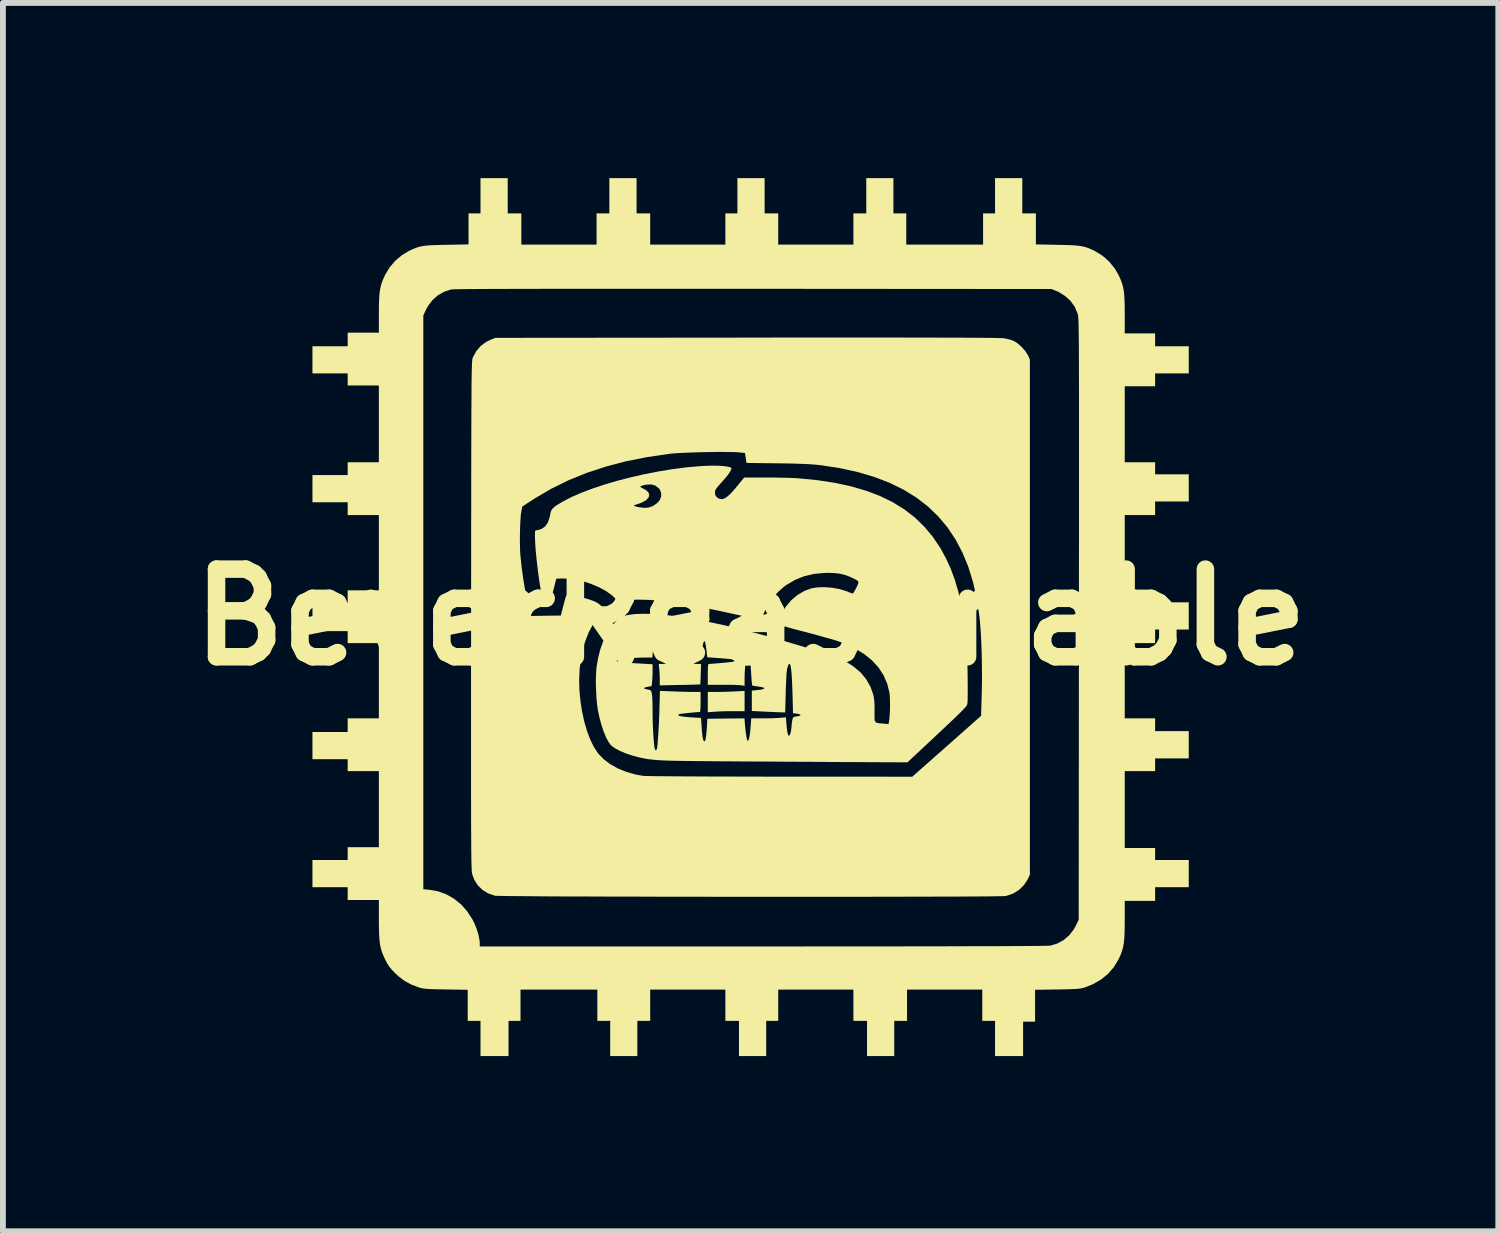
<source format=kicad_pcb>
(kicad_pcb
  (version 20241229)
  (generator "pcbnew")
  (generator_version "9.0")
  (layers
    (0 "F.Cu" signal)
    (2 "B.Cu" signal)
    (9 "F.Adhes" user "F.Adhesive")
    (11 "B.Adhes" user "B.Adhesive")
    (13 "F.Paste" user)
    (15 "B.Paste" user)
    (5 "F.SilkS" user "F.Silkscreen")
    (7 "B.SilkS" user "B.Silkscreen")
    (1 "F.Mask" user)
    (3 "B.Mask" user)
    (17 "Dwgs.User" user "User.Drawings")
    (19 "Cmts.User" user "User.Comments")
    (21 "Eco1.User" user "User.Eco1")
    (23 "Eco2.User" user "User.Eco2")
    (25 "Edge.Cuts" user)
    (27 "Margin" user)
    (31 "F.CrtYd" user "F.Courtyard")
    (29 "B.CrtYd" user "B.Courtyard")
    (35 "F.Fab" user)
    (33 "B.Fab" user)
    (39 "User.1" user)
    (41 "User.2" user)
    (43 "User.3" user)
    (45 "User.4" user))
  (footprint "BeverReasonable"
    (layer "F.Cu")
    (at 9.8 7.515)
    (property "Reference" "BeverReasonable" (at 0 0 0) (layer "F.SilkS") (effects (font (size 1.5 1.5) (thickness 0.3))))
    (attr board_only exclude_from_pos_files exclude_from_bom)
    (fp_poly (pts (xy -0.103 1.436) (xy -0.103 1.61) (xy -0.292 1.61) (xy -0.376 1.61) (xy -0.464 1.612) (xy -0.544 1.615) (xy -0.608 1.619) (xy -0.733 1.628) (xy -0.733 1.454) (xy -0.733 1.281) (xy -0.593 1.281) (xy -0.519 1.28) (xy -0.431 1.278) (xy -0.341 1.275) (xy -0.277 1.272) (xy -0.103 1.263)) (stroke (width 0) (type solid)) (fill yes) (layer "F.SilkS"))
    (fp_poly (pts (xy -0.854 0.976) (xy -0.856 1.042) (xy -0.858 1.097) (xy -0.86 1.135) (xy -0.861 1.152) (xy -0.861 1.152) (xy -0.875 1.153) (xy -0.912 1.154) (xy -0.97 1.156) (xy -1.043 1.158) (xy -1.13 1.16) (xy -1.209 1.161) (xy -1.555 1.168) (xy -1.555 1.069) (xy -1.556 1.003) (xy -1.56 0.934) (xy -1.564 0.886) (xy -1.573 0.801) (xy -1.21 0.801) (xy -0.848 0.801)) (stroke (width 0) (type solid)) (fill yes) (layer "F.SilkS"))
    (fp_poly (pts (xy 1.982 -4.786) (xy 2.314 -4.786) (xy 2.619 -4.786) (xy 2.899 -4.785) (xy 3.153 -4.785) (xy 3.382 -4.784) (xy 3.585 -4.784) (xy 3.764 -4.783) (xy 3.918 -4.782) (xy 4.047 -4.781) (xy 4.152 -4.78) (xy 4.232 -4.778) (xy 4.289 -4.777) (xy 4.323 -4.776) (xy 4.329 -4.775) (xy 4.399 -4.762) (xy 4.466 -4.743) (xy 4.509 -4.726) (xy 4.572 -4.686) (xy 4.637 -4.628) (xy 4.697 -4.562) (xy 4.742 -4.495) (xy 4.751 -4.477) (xy 4.781 -4.411) (xy 4.781 0) (xy 4.781 4.411) (xy 4.744 4.488) (xy 4.681 4.586) (xy 4.598 4.667) (xy 4.499 4.73) (xy 4.389 4.769) (xy 4.365 4.774) (xy 4.344 4.776) (xy 4.296 4.777) (xy 4.224 4.778) (xy 4.128 4.78) (xy 4.009 4.781) (xy 3.87 4.782) (xy 3.711 4.783) (xy 3.534 4.784) (xy 3.34 4.785) (xy 3.129 4.785) (xy 2.905 4.786) (xy 2.666 4.786) (xy 2.416 4.787) (xy 2.155 4.787) (xy 1.884 4.788) (xy 1.606 4.788) (xy 1.32 4.788) (xy 1.028 4.788) (xy 0.733 4.788) (xy 0.434 4.788) (xy 0.133 4.788) (xy -0.169 4.788) (xy -0.469 4.788) (xy -0.768 4.787) (xy -1.064 4.787) (xy -1.355 4.787) (xy -1.64 4.786) (xy -1.918 4.785) (xy -2.188 4.785) (xy -2.448 4.784) (xy -2.698 4.783) (xy -2.935 4.782) (xy -3.159 4.782) (xy -3.368 4.781) (xy -3.561 4.78) (xy -3.737 4.778) (xy -3.894 4.777) (xy -4.031 4.776) (xy -4.148 4.775) (xy -4.242 4.773) (xy -4.312 4.772) (xy -4.358 4.771) (xy -4.377 4.769) (xy -4.491 4.731) (xy -4.589 4.671) (xy -4.67 4.592) (xy -4.731 4.495) (xy -4.767 4.397) (xy -4.769 4.387) (xy -4.771 4.373) (xy -4.773 4.354) (xy -4.774 4.329) (xy -4.776 4.297) (xy -4.777 4.258) (xy -4.779 4.21) (xy -4.78 4.153) (xy -4.781 4.085) (xy -4.782 4.006) (xy -4.783 3.915) (xy -4.783 3.812) (xy -4.784 3.694) (xy -4.785 3.561) (xy -4.785 3.413) (xy -4.785 3.249) (xy -4.786 3.067) (xy -4.786 2.867) (xy -4.786 2.647) (xy -4.786 2.408) (xy -4.786 2.147) (xy -4.786 1.865) (xy -4.786 1.56) (xy -4.786 1.232) (xy -4.786 0.879) (xy -4.785 0.5) (xy -4.785 0.096) (xy -4.785 -0.035) (xy -4.785 -0.444) (xy -4.784 -0.827) (xy -4.784 -1.185) (xy -4.784 -1.352) (xy -3.95 -1.352) (xy -3.949 -1.243) (xy -3.946 -1.141) (xy -3.941 -1.054) (xy -3.94 -1.047) (xy -3.92 -0.854) (xy -3.893 -0.658) (xy -3.861 -0.467) (xy -3.825 -0.287) (xy -3.786 -0.128) (xy -3.785 -0.126) (xy -3.756 -0.02) (xy -3.503 -0.024) (xy -3.249 -0.027) (xy -3.206 -0.195) (xy -3.189 -0.259) (xy -3.174 -0.313) (xy -3.162 -0.352) (xy -3.155 -0.37) (xy -3.155 -0.371) (xy -3.136 -0.374) (xy -3.096 -0.372) (xy -3.042 -0.366) (xy -2.978 -0.355) (xy -2.912 -0.342) (xy -2.848 -0.327) (xy -2.797 -0.313) (xy -2.722 -0.288) (xy -2.667 -0.267) (xy -2.624 -0.244) (xy -2.586 -0.217) (xy -2.555 -0.19) (xy -2.502 -0.142) (xy -2.582 -0.044) (xy -2.688 0.104) (xy -2.774 0.264) (xy -2.841 0.441) (xy -2.89 0.634) (xy -2.922 0.847) (xy -2.928 0.908) (xy -2.935 1.08) (xy -2.93 1.258) (xy -2.913 1.438) (xy -2.885 1.616) (xy -2.848 1.787) (xy -2.801 1.948) (xy -2.746 2.094) (xy -2.684 2.222) (xy -2.615 2.327) (xy -2.61 2.334) (xy -2.518 2.43) (xy -2.404 2.517) (xy -2.271 2.591) (xy -2.124 2.651) (xy -1.966 2.695) (xy -1.836 2.718) (xy -1.812 2.719) (xy -1.762 2.72) (xy -1.687 2.722) (xy -1.59 2.723) (xy -1.471 2.724) (xy -1.333 2.725) (xy -1.176 2.726) (xy -1.003 2.727) (xy -0.814 2.728) (xy -0.611 2.729) (xy -0.396 2.729) (xy -0.171 2.73) (xy 0.064 2.73) (xy 0.307 2.731) (xy 0.514 2.731) (xy 2.767 2.732) (xy 3.357 2.211) (xy 3.946 1.689) (xy 3.957 1.304) (xy 3.961 1.131) (xy 3.961 0.95) (xy 3.959 0.765) (xy 3.955 0.581) (xy 3.948 0.404) (xy 3.939 0.239) (xy 3.928 0.092) (xy 3.918 -0.007) (xy 3.873 -0.311) (xy 3.809 -0.595) (xy 3.728 -0.859) (xy 3.627 -1.104) (xy 3.508 -1.33) (xy 3.37 -1.537) (xy 3.212 -1.725) (xy 3.034 -1.896) (xy 2.836 -2.048) (xy 2.617 -2.183) (xy 2.378 -2.3) (xy 2.117 -2.4) (xy 1.836 -2.483) (xy 1.532 -2.55) (xy 1.207 -2.6) (xy 1.171 -2.604) (xy 1.092 -2.612) (xy 0.992 -2.619) (xy 0.87 -2.624) (xy 0.723 -2.629) (xy 0.552 -2.632) (xy 0.458 -2.633) (xy -0.071 -2.64) (xy -0.083 -2.724) (xy -0.096 -2.809) (xy -0.192 -2.82) (xy -0.244 -2.824) (xy -0.319 -2.826) (xy -0.413 -2.827) (xy -0.521 -2.828) (xy -0.639 -2.827) (xy -0.763 -2.825) (xy -0.888 -2.822) (xy -1.011 -2.818) (xy -1.126 -2.814) (xy -1.229 -2.809) (xy -1.316 -2.803) (xy -1.383 -2.797) (xy -1.391 -2.796) (xy -1.776 -2.739) (xy -2.141 -2.666) (xy -2.486 -2.575) (xy -2.813 -2.467) (xy -3.122 -2.341) (xy -3.416 -2.196) (xy -3.694 -2.033) (xy -3.763 -1.989) (xy -3.909 -1.892) (xy -3.925 -1.809) (xy -3.934 -1.749) (xy -3.94 -1.667) (xy -3.945 -1.57) (xy -3.948 -1.463) (xy -3.95 -1.352) (xy -4.784 -1.352) (xy -4.784 -1.517) (xy -4.783 -1.826) (xy -4.783 -2.112) (xy -4.783 -2.376) (xy -4.782 -2.619) (xy -4.782 -2.841) (xy -4.781 -3.045) (xy -4.781 -3.229) (xy -4.78 -3.397) (xy -4.78 -3.548) (xy -4.779 -3.683) (xy -4.778 -3.803) (xy -4.778 -3.91) (xy -4.777 -4.003) (xy -4.776 -4.084) (xy -4.775 -4.155) (xy -4.774 -4.214) (xy -4.772 -4.265) (xy -4.771 -4.307) (xy -4.77 -4.341) (xy -4.768 -4.369) (xy -4.766 -4.391) (xy -4.764 -4.408) (xy -4.762 -4.421) (xy -4.76 -4.431) (xy -4.758 -4.438) (xy -4.755 -4.445) (xy -4.755 -4.446) (xy -4.695 -4.556) (xy -4.618 -4.645) (xy -4.521 -4.715) (xy -4.448 -4.75) (xy -4.37 -4.781) (xy -0.075 -4.785) (xy 0.39 -4.786) (xy 0.828 -4.786) (xy 1.24 -4.786) (xy 1.624 -4.786)) (stroke (width 0) (type solid)) (fill yes) (layer "F.SilkS"))
    (fp_poly (pts (xy -4.158 -7.213) (xy -4.158 -6.912) (xy -4.042 -6.912) (xy -3.925 -6.912) (xy -3.925 -6.645) (xy -3.925 -6.377) (xy -3.281 -6.377) (xy -2.637 -6.377) (xy -2.637 -6.645) (xy -2.637 -6.912) (xy -2.528 -6.912) (xy -2.418 -6.912) (xy -2.418 -7.213) (xy -2.418 -7.515) (xy -2.185 -7.515) (xy -1.952 -7.515) (xy -1.952 -7.213) (xy -1.952 -6.912) (xy -1.836 -6.912) (xy -1.719 -6.912) (xy -1.719 -6.645) (xy -1.719 -6.377) (xy -1.075 -6.377) (xy -0.432 -6.377) (xy -0.432 -6.645) (xy -0.432 -6.912) (xy -0.329 -6.912) (xy -0.226 -6.912) (xy -0.226 -7.213) (xy -0.226 -7.515) (xy 0.007 -7.515) (xy 0.24 -7.515) (xy 0.24 -7.213) (xy 0.24 -6.912) (xy 0.356 -6.912) (xy 0.473 -6.912) (xy 0.473 -6.645) (xy 0.473 -6.377) (xy 1.117 -6.377) (xy 1.76 -6.377) (xy 1.76 -6.645) (xy 1.76 -6.912) (xy 1.87 -6.912) (xy 1.98 -6.912) (xy 1.98 -7.213) (xy 1.98 -7.515) (xy 2.213 -7.515) (xy 2.445 -7.515) (xy 2.445 -7.213) (xy 2.445 -6.912) (xy 2.555 -6.912) (xy 2.665 -6.912) (xy 2.665 -6.645) (xy 2.665 -6.377) (xy 3.322 -6.377) (xy 3.98 -6.377) (xy 3.98 -6.645) (xy 3.98 -6.912) (xy 4.083 -6.912) (xy 4.185 -6.912) (xy 4.185 -7.213) (xy 4.185 -7.515) (xy 4.418 -7.515) (xy 4.651 -7.515) (xy 4.651 -7.213) (xy 4.651 -6.912) (xy 4.768 -6.912) (xy 4.884 -6.912) (xy 4.884 -6.646) (xy 4.884 -6.381) (xy 5.251 -6.374) (xy 5.376 -6.371) (xy 5.477 -6.368) (xy 5.56 -6.363) (xy 5.628 -6.356) (xy 5.686 -6.346) (xy 5.738 -6.333) (xy 5.787 -6.316) (xy 5.839 -6.293) (xy 5.898 -6.265) (xy 6.025 -6.187) (xy 6.138 -6.087) (xy 6.234 -5.97) (xy 6.3 -5.856) (xy 6.33 -5.79) (xy 6.354 -5.729) (xy 6.372 -5.668) (xy 6.386 -5.603) (xy 6.395 -5.529) (xy 6.401 -5.442) (xy 6.404 -5.337) (xy 6.405 -5.21) (xy 6.405 -5.186) (xy 6.405 -4.857) (xy 6.665 -4.857) (xy 6.925 -4.857) (xy 6.925 -4.747) (xy 6.925 -4.637) (xy 7.213 -4.637) (xy 7.501 -4.637) (xy 7.501 -4.405) (xy 7.501 -4.172) (xy 7.213 -4.172) (xy 6.925 -4.172) (xy 6.925 -4.062) (xy 6.925 -3.952) (xy 6.665 -3.952) (xy 6.405 -3.952) (xy 6.405 -3.302) (xy 6.405 -2.651) (xy 6.665 -2.651) (xy 6.925 -2.651) (xy 6.925 -2.548) (xy 6.925 -2.445) (xy 7.213 -2.445) (xy 7.501 -2.445) (xy 7.501 -2.213) (xy 7.501 -1.98) (xy 7.213 -1.98) (xy 6.925 -1.98) (xy 6.925 -1.863) (xy 6.925 -1.747) (xy 6.665 -1.747) (xy 6.405 -1.747) (xy 6.405 -1.103) (xy 6.405 -0.459) (xy 6.665 -0.459) (xy 6.925 -0.459) (xy 6.925 -0.356) (xy 6.925 -0.253) (xy 7.213 -0.253) (xy 7.501 -0.253) (xy 7.501 -0.021) (xy 7.501 0.212) (xy 7.213 0.212) (xy 6.925 0.212) (xy 6.925 0.329) (xy 6.925 0.445) (xy 6.665 0.445) (xy 6.405 0.445) (xy 6.405 1.089) (xy 6.405 1.733) (xy 6.665 1.733) (xy 6.925 1.733) (xy 6.925 1.843) (xy 6.925 1.952) (xy 7.213 1.952) (xy 7.501 1.952) (xy 7.501 2.185) (xy 7.501 2.418) (xy 7.213 2.418) (xy 6.925 2.418) (xy 6.925 2.528) (xy 6.925 2.637) (xy 6.665 2.637) (xy 6.405 2.637) (xy 6.405 3.295) (xy 6.405 3.952) (xy 6.665 3.952) (xy 6.925 3.952) (xy 6.925 4.055) (xy 6.925 4.158) (xy 7.213 4.158) (xy 7.501 4.158) (xy 7.501 4.391) (xy 7.501 4.624) (xy 7.213 4.624) (xy 6.925 4.624) (xy 6.925 4.74) (xy 6.925 4.857) (xy 6.665 4.857) (xy 6.405 4.857) (xy 6.405 5.186) (xy 6.404 5.317) (xy 6.401 5.426) (xy 6.396 5.516) (xy 6.388 5.591) (xy 6.375 5.657) (xy 6.358 5.718) (xy 6.336 5.778) (xy 6.307 5.841) (xy 6.3 5.856) (xy 6.219 5.991) (xy 6.118 6.108) (xy 5.997 6.206) (xy 5.857 6.286) (xy 5.727 6.337) (xy 5.696 6.346) (xy 5.666 6.354) (xy 5.632 6.359) (xy 5.591 6.364) (xy 5.538 6.367) (xy 5.471 6.37) (xy 5.384 6.372) (xy 5.275 6.374) (xy 5.251 6.374) (xy 4.87 6.38) (xy 4.87 6.653) (xy 4.87 6.925) (xy 4.768 6.925) (xy 4.665 6.925) (xy 4.665 7.22) (xy 4.665 7.515) (xy 4.425 7.515) (xy 4.185 7.515) (xy 4.185 7.213) (xy 4.185 6.912) (xy 4.076 6.912) (xy 3.966 6.912) (xy 3.966 6.645) (xy 3.966 6.377) (xy 3.322 6.377) (xy 2.678 6.377) (xy 2.678 6.645) (xy 2.678 6.912) (xy 2.569 6.912) (xy 2.459 6.912) (xy 2.459 7.213) (xy 2.459 7.515) (xy 2.226 7.515) (xy 1.993 7.515) (xy 1.993 7.213) (xy 1.993 6.912) (xy 1.877 6.912) (xy 1.76 6.912) (xy 1.76 6.645) (xy 1.76 6.377) (xy 1.117 6.377) (xy 0.473 6.377) (xy 0.473 6.645) (xy 0.473 6.912) (xy 0.37 6.912) (xy 0.267 6.912) (xy 0.267 7.213) (xy 0.267 7.515) (xy 0.034 7.515) (xy -0.199 7.515) (xy -0.199 7.213) (xy -0.199 6.912) (xy -0.315 6.912) (xy -0.432 6.912) (xy -0.432 6.645) (xy -0.432 6.377) (xy -1.075 6.377) (xy -1.719 6.377) (xy -1.719 6.645) (xy -1.719 6.912) (xy -1.829 6.912) (xy -1.939 6.912) (xy -1.939 7.213) (xy -1.939 7.515) (xy -2.171 7.515) (xy -2.404 7.515) (xy -2.404 7.213) (xy -2.404 6.912) (xy -2.514 6.912) (xy -2.624 6.912) (xy -2.624 6.645) (xy -2.624 6.377) (xy -3.281 6.377) (xy -3.939 6.377) (xy -3.939 6.645) (xy -3.939 6.912) (xy -4.042 6.912) (xy -4.144 6.912) (xy -4.144 7.213) (xy -4.144 7.515) (xy -4.384 7.515) (xy -4.624 7.515) (xy -4.624 7.213) (xy -4.624 6.912) (xy -4.733 6.912) (xy -4.843 6.912) (xy -4.843 6.646) (xy -4.843 6.38) (xy -5.216 6.374) (xy -5.329 6.372) (xy -5.419 6.37) (xy -5.489 6.368) (xy -5.544 6.364) (xy -5.586 6.36) (xy -5.621 6.354) (xy -5.652 6.347) (xy -5.683 6.338) (xy -5.686 6.337) (xy -5.814 6.288) (xy -5.925 6.227) (xy -6.027 6.15) (xy -6.085 6.096) (xy -6.141 6.037) (xy -6.183 5.987) (xy -6.218 5.934) (xy -6.251 5.871) (xy -6.259 5.856) (xy -6.288 5.791) (xy -6.312 5.731) (xy -6.33 5.67) (xy -6.344 5.606) (xy -6.353 5.533) (xy -6.359 5.447) (xy -6.362 5.344) (xy -6.364 5.219) (xy -6.364 5.179) (xy -6.364 4.843) (xy -6.631 4.843) (xy -6.898 4.843) (xy -6.898 4.733) (xy -6.898 4.624) (xy -7.199 4.624) (xy -7.501 4.624) (xy -7.501 4.391) (xy -7.501 4.158) (xy -7.199 4.158) (xy -6.898 4.158) (xy -6.898 4.048) (xy -6.898 3.939) (xy -6.631 3.939) (xy -6.364 3.939) (xy -6.364 3.288) (xy -6.364 2.637) (xy -6.631 2.637) (xy -6.898 2.637) (xy -6.898 2.535) (xy -6.898 2.432) (xy -7.199 2.432) (xy -7.501 2.432) (xy -7.501 2.199) (xy -7.501 1.966) (xy -7.199 1.966) (xy -6.898 1.966) (xy -6.898 1.85) (xy -6.898 1.733) (xy -6.631 1.733) (xy -6.364 1.733) (xy -6.364 1.089) (xy -6.364 0.445) (xy -6.631 0.445) (xy -6.898 0.445) (xy -6.898 0.343) (xy -6.898 0.24) (xy -7.199 0.24) (xy -7.501 0.24) (xy -7.501 0) (xy -7.501 -0.24) (xy -7.199 -0.24) (xy -6.898 -0.24) (xy -6.898 -0.349) (xy -6.898 -0.459) (xy -6.631 -0.459) (xy -6.364 -0.459) (xy -6.364 -1.103) (xy -6.364 -1.747) (xy -6.631 -1.747) (xy -6.898 -1.747) (xy -6.898 -1.856) (xy -6.898 -1.966) (xy -7.199 -1.966) (xy -7.501 -1.966) (xy -7.501 -2.199) (xy -7.501 -2.432) (xy -7.199 -2.432) (xy -6.898 -2.432) (xy -6.898 -2.541) (xy -6.898 -2.651) (xy -6.631 -2.651) (xy -6.364 -2.651) (xy -6.364 -3.309) (xy -6.364 -3.966) (xy -6.631 -3.966) (xy -6.898 -3.966) (xy -6.898 -4.069) (xy -6.898 -4.172) (xy -7.199 -4.172) (xy -7.501 -4.172) (xy -7.501 -4.405) (xy -7.501 -4.637) (xy -7.199 -4.637) (xy -6.898 -4.637) (xy -6.898 -4.754) (xy -6.898 -4.87) (xy -6.631 -4.87) (xy -6.364 -4.87) (xy -6.364 -5.165) (xy -5.603 -5.165) (xy -5.603 -0.253) (xy -5.603 4.658) (xy -5.498 4.668) (xy -5.348 4.695) (xy -5.206 4.747) (xy -5.075 4.822) (xy -4.955 4.92) (xy -4.851 5.038) (xy -4.763 5.174) (xy -4.733 5.233) (xy -4.691 5.334) (xy -4.66 5.433) (xy -4.642 5.523) (xy -4.637 5.58) (xy -4.637 5.638) (xy 0.21 5.638) (xy 0.704 5.638) (xy 1.172 5.637) (xy 1.614 5.637) (xy 2.031 5.637) (xy 2.422 5.637) (xy 2.788 5.636) (xy 3.127 5.636) (xy 3.44 5.635) (xy 3.727 5.634) (xy 3.988 5.634) (xy 4.222 5.633) (xy 4.43 5.632) (xy 4.611 5.631) (xy 4.766 5.63) (xy 4.893 5.629) (xy 4.994 5.628) (xy 5.067 5.626) (xy 5.114 5.625) (xy 5.132 5.624) (xy 5.25 5.588) (xy 5.359 5.529) (xy 5.453 5.448) (xy 5.531 5.348) (xy 5.568 5.282) (xy 5.617 5.179) (xy 5.621 0.034) (xy 5.621 -0.412) (xy 5.621 -0.832) (xy 5.622 -1.226) (xy 5.622 -1.595) (xy 5.622 -1.94) (xy 5.622 -2.261) (xy 5.622 -2.561) (xy 5.622 -2.838) (xy 5.622 -3.095) (xy 5.622 -3.333) (xy 5.622 -3.55) (xy 5.622 -3.75) (xy 5.622 -3.932) (xy 5.621 -4.098) (xy 5.621 -4.248) (xy 5.621 -4.383) (xy 5.62 -4.504) (xy 5.62 -4.612) (xy 5.619 -4.707) (xy 5.618 -4.79) (xy 5.617 -4.863) (xy 5.616 -4.926) (xy 5.615 -4.98) (xy 5.614 -5.025) (xy 5.613 -5.063) (xy 5.611 -5.094) (xy 5.61 -5.12) (xy 5.608 -5.14) (xy 5.606 -5.157) (xy 5.604 -5.17) (xy 5.602 -5.181) (xy 5.6 -5.19) (xy 5.598 -5.198) (xy 5.596 -5.202) (xy 5.549 -5.313) (xy 5.478 -5.412) (xy 5.387 -5.496) (xy 5.278 -5.564) (xy 5.23 -5.585) (xy 5.151 -5.617) (xy 0.048 -5.621) (xy -0.445 -5.621) (xy -0.91 -5.621) (xy -1.349 -5.621) (xy -1.762 -5.621) (xy -2.148 -5.621) (xy -2.509 -5.621) (xy -2.846 -5.621) (xy -3.157 -5.621) (xy -3.444 -5.621) (xy -3.707 -5.62) (xy -3.946 -5.62) (xy -4.162 -5.619) (xy -4.355 -5.619) (xy -4.526 -5.618) (xy -4.675 -5.617) (xy -4.802 -5.616) (xy -4.907 -5.615) (xy -4.992 -5.614) (xy -5.055 -5.613) (xy -5.099 -5.611) (xy -5.123 -5.61) (xy -5.127 -5.609) (xy -5.245 -5.571) (xy -5.353 -5.51) (xy -5.447 -5.427) (xy -5.523 -5.326) (xy -5.554 -5.269) (xy -5.603 -5.165) (xy -6.364 -5.165) (xy -6.364 -5.193) (xy -6.363 -5.324) (xy -6.36 -5.431) (xy -6.355 -5.521) (xy -6.345 -5.596) (xy -6.332 -5.663) (xy -6.314 -5.725) (xy -6.29 -5.787) (xy -6.26 -5.853) (xy -6.259 -5.856) (xy -6.181 -5.986) (xy -6.083 -6.101) (xy -5.968 -6.198) (xy -5.857 -6.265) (xy -5.799 -6.293) (xy -5.747 -6.315) (xy -5.698 -6.333) (xy -5.647 -6.346) (xy -5.59 -6.356) (xy -5.523 -6.363) (xy -5.441 -6.368) (xy -5.341 -6.371) (xy -5.218 -6.374) (xy -5.203 -6.374) (xy -4.829 -6.381) (xy -4.829 -6.646) (xy -4.829 -6.912) (xy -4.727 -6.912) (xy -4.624 -6.912) (xy -4.624 -7.213) (xy -4.624 -7.515) (xy -4.391 -7.515) (xy -4.158 -7.515)) (stroke (width 0) (type solid)) (fill yes) (layer "F.SilkS"))
    (fp_poly (pts (xy -0.56 -2.592) (xy -0.478 -2.587) (xy -0.409 -2.579) (xy -0.359 -2.569) (xy -0.331 -2.556) (xy -0.33 -2.555) (xy -0.329 -2.535) (xy -0.346 -2.498) (xy -0.379 -2.447) (xy -0.429 -2.385) (xy -0.492 -2.313) (xy -0.499 -2.305) (xy -0.547 -2.252) (xy -0.578 -2.214) (xy -0.597 -2.186) (xy -0.607 -2.162) (xy -0.61 -2.137) (xy -0.61 -2.131) (xy -0.604 -2.088) (xy -0.584 -2.058) (xy -0.574 -2.049) (xy -0.534 -2.026) (xy -0.493 -2.019) (xy -0.449 -2.031) (xy -0.399 -2.063) (xy -0.342 -2.115) (xy -0.274 -2.19) (xy -0.243 -2.228) (xy -0.11 -2.39) (xy 0.26 -2.39) (xy 0.371 -2.39) (xy 0.483 -2.388) (xy 0.592 -2.386) (xy 0.69 -2.383) (xy 0.772 -2.38) (xy 0.815 -2.377) (xy 1.14 -2.345) (xy 1.441 -2.299) (xy 1.721 -2.239) (xy 1.978 -2.164) (xy 2.215 -2.074) (xy 2.432 -1.968) (xy 2.63 -1.846) (xy 2.809 -1.708) (xy 2.971 -1.552) (xy 3.115 -1.38) (xy 3.244 -1.19) (xy 3.343 -1.01) (xy 3.424 -0.834) (xy 3.494 -0.645) (xy 3.554 -0.443) (xy 3.606 -0.223) (xy 3.649 0.017) (xy 3.686 0.281) (xy 3.693 0.343) (xy 3.697 0.392) (xy 3.701 0.461) (xy 3.704 0.547) (xy 3.708 0.646) (xy 3.711 0.753) (xy 3.713 0.866) (xy 3.715 0.979) (xy 3.716 1.09) (xy 3.717 1.195) (xy 3.717 1.29) (xy 3.716 1.371) (xy 3.715 1.434) (xy 3.712 1.475) (xy 3.71 1.488) (xy 3.705 1.502) (xy 3.695 1.519) (xy 3.678 1.542) (xy 3.651 1.571) (xy 3.615 1.609) (xy 3.567 1.657) (xy 3.506 1.716) (xy 3.429 1.789) (xy 3.336 1.877) (xy 3.225 1.981) (xy 3.192 2.012) (xy 2.685 2.486) (xy 2.185 2.484) (xy 2.103 2.483) (xy 1.996 2.483) (xy 1.867 2.482) (xy 1.717 2.481) (xy 1.551 2.481) (xy 1.37 2.48) (xy 1.176 2.478) (xy 0.973 2.477) (xy 0.762 2.476) (xy 0.547 2.475) (xy 0.33 2.473) (xy 0.118 2.472) (xy -0.133 2.471) (xy -0.358 2.469) (xy -0.559 2.468) (xy -0.738 2.466) (xy -0.895 2.465) (xy -1.034 2.463) (xy -1.155 2.462) (xy -1.26 2.46) (xy -1.35 2.458) (xy -1.429 2.456) (xy -1.496 2.453) (xy -1.553 2.45) (xy -1.603 2.447) (xy -1.647 2.443) (xy -1.687 2.439) (xy -1.723 2.435) (xy -1.758 2.43) (xy -1.794 2.424) (xy -1.802 2.423) (xy -1.915 2.4) (xy -2.028 2.369) (xy -2.135 2.333) (xy -2.232 2.292) (xy -2.314 2.25) (xy -2.375 2.207) (xy -2.393 2.19) (xy -2.434 2.135) (xy -2.475 2.057) (xy -2.515 1.96) (xy -2.552 1.848) (xy -2.586 1.727) (xy -2.613 1.6) (xy -2.616 1.582) (xy -2.629 1.491) (xy -2.639 1.382) (xy -2.645 1.262) (xy -2.649 1.14) (xy -2.648 1.024) (xy -2.643 0.921) (xy -2.638 0.861) (xy -2.618 0.742) (xy -2.293 0.742) (xy -2.286 0.756) (xy -2.264 0.766) (xy -2.241 0.769) (xy -2.196 0.774) (xy -2.132 0.779) (xy -2.056 0.785) (xy -1.97 0.79) (xy -1.956 0.791) (xy -1.678 0.807) (xy -1.678 0.924) (xy -1.679 0.989) (xy -1.682 1.054) (xy -1.686 1.106) (xy -1.687 1.112) (xy -1.695 1.182) (xy -1.755 1.191) (xy -1.793 1.199) (xy -1.818 1.209) (xy -1.822 1.213) (xy -1.823 1.22) (xy -1.811 1.227) (xy -1.782 1.235) (xy -1.73 1.246) (xy -1.725 1.247) (xy -1.711 1.255) (xy -1.7 1.275) (xy -1.691 1.308) (xy -1.685 1.358) (xy -1.681 1.428) (xy -1.679 1.519) (xy -1.678 1.636) (xy -1.678 1.643) (xy -1.677 1.737) (xy -1.674 1.838) (xy -1.67 1.938) (xy -1.664 2.034) (xy -1.658 2.12) (xy -1.651 2.19) (xy -1.644 2.238) (xy -1.643 2.243) (xy -1.632 2.274) (xy -1.618 2.279) (xy -1.605 2.26) (xy -1.599 2.234) (xy -1.594 2.185) (xy -1.588 2.115) (xy -1.582 2.028) (xy -1.576 1.928) (xy -1.57 1.817) (xy -1.565 1.7) (xy -1.561 1.581) (xy -1.561 1.563) (xy -1.552 1.263) (xy -1.317 1.272) (xy -1.229 1.275) (xy -1.141 1.278) (xy -1.061 1.28) (xy -0.996 1.281) (xy -0.969 1.281) (xy -0.856 1.281) (xy -0.856 1.452) (xy -0.857 1.517) (xy -0.859 1.571) (xy -0.862 1.608) (xy -0.866 1.623) (xy -0.867 1.624) (xy -0.895 1.625) (xy -0.942 1.629) (xy -0.999 1.634) (xy -1.061 1.64) (xy -1.121 1.647) (xy -1.171 1.652) (xy -1.205 1.657) (xy -1.216 1.659) (xy -1.236 1.671) (xy -1.24 1.678) (xy -1.226 1.688) (xy -1.186 1.698) (xy -1.121 1.707) (xy -1.031 1.715) (xy -0.986 1.718) (xy -0.849 1.726) (xy -0.838 1.884) (xy -0.831 1.976) (xy -0.823 2.043) (xy -0.815 2.089) (xy -0.804 2.116) (xy -0.792 2.127) (xy -0.78 2.119) (xy -0.77 2.087) (xy -0.761 2.029) (xy -0.753 1.946) (xy -0.748 1.877) (xy -0.74 1.74) (xy -0.422 1.736) (xy -0.105 1.733) (xy -0.097 1.839) (xy -0.09 1.91) (xy -0.082 1.978) (xy -0.073 2.038) (xy -0.065 2.084) (xy -0.057 2.111) (xy -0.055 2.114) (xy -0.042 2.114) (xy -0.029 2.088) (xy -0.018 2.038) (xy -0.007 1.966) (xy 0.001 1.871) (xy 0.001 1.867) (xy 0.011 1.733) (xy 0.205 1.733) (xy 0.287 1.732) (xy 0.368 1.731) (xy 0.442 1.728) (xy 0.498 1.725) (xy 0.503 1.724) (xy 0.605 1.716) (xy 0.614 1.839) (xy 0.62 1.9) (xy 0.627 1.954) (xy 0.635 1.993) (xy 0.638 2.002) (xy 0.649 2.028) (xy 0.659 2.031) (xy 0.671 2.016) (xy 0.682 1.99) (xy 0.692 1.946) (xy 0.698 1.9) (xy 0.705 1.824) (xy 0.712 1.772) (xy 0.719 1.738) (xy 0.729 1.718) (xy 0.744 1.708) (xy 0.766 1.703) (xy 0.789 1.7) (xy 0.835 1.691) (xy 0.855 1.68) (xy 0.849 1.668) (xy 0.818 1.657) (xy 0.762 1.648) (xy 0.76 1.648) (xy 0.726 1.644) (xy 0.717 1.302) (xy 0.712 1.156) (xy 0.706 1.035) (xy 0.699 0.938) (xy 0.69 0.866) (xy 0.68 0.82) (xy 0.671 0.803) (xy 0.657 0.803) (xy 0.642 0.827) (xy 0.629 0.871) (xy 0.623 0.899) (xy 0.619 0.933) (xy 0.614 0.991) (xy 0.61 1.066) (xy 0.606 1.153) (xy 0.602 1.248) (xy 0.601 1.302) (xy 0.592 1.632) (xy 0.474 1.628) (xy 0.41 1.625) (xy 0.331 1.622) (xy 0.247 1.618) (xy 0.188 1.615) (xy 0.021 1.607) (xy 0.021 1.432) (xy 0.021 1.258) (xy 0.11 1.249) (xy 0.178 1.241) (xy 0.22 1.23) (xy 0.235 1.219) (xy 0.223 1.207) (xy 0.184 1.196) (xy 0.124 1.187) (xy 0.077 1.181) (xy 0.043 1.174) (xy 0.028 1.17) (xy 0.025 1.155) (xy 0.021 1.117) (xy 0.016 1.06) (xy 0.011 0.99) (xy 0.007 0.924) (xy -0.002 0.801) (xy -0.01 0.705) (xy -0.02 0.635) (xy -0.03 0.591) (xy -0.039 0.573) (xy -0.049 0.576) (xy -0.06 0.602) (xy -0.071 0.649) (xy -0.081 0.711) (xy -0.089 0.785) (xy -0.096 0.869) (xy -0.101 0.957) (xy -0.103 1.046) (xy -0.103 1.053) (xy -0.103 1.175) (xy -0.166 1.166) (xy -0.201 1.164) (xy -0.257 1.161) (xy -0.328 1.159) (xy -0.41 1.158) (xy -0.481 1.158) (xy -0.733 1.158) (xy -0.733 0.98) (xy -0.732 0.902) (xy -0.73 0.848) (xy -0.726 0.816) (xy -0.719 0.802) (xy -0.716 0.801) (xy -0.683 0.8) (xy -0.631 0.796) (xy -0.567 0.791) (xy -0.499 0.785) (xy -0.432 0.779) (xy -0.373 0.773) (xy -0.33 0.768) (xy -0.313 0.766) (xy -0.278 0.755) (xy -0.268 0.743) (xy -0.285 0.729) (xy -0.29 0.727) (xy -0.311 0.723) (xy -0.355 0.718) (xy -0.414 0.712) (xy -0.486 0.706) (xy -0.528 0.703) (xy -0.742 0.687) (xy -0.757 0.557) (xy -0.765 0.5) (xy -0.774 0.452) (xy -0.782 0.421) (xy -0.786 0.414) (xy -0.798 0.416) (xy -0.81 0.443) (xy -0.821 0.492) (xy -0.831 0.56) (xy -0.836 0.601) (xy -0.845 0.695) (xy -0.916 0.687) (xy -0.951 0.684) (xy -1.008 0.682) (xy -1.082 0.68) (xy -1.167 0.679) (xy -1.258 0.678) (xy -1.276 0.678) (xy -1.565 0.678) (xy -1.575 0.503) (xy -1.583 0.386) (xy -1.592 0.293) (xy -1.602 0.226) (xy -1.613 0.185) (xy -1.624 0.171) (xy -1.63 0.173) (xy -1.636 0.192) (xy -1.643 0.233) (xy -1.651 0.291) (xy -1.659 0.363) (xy -1.666 0.444) (xy -1.671 0.527) (xy -1.672 0.531) (xy -1.681 0.692) (xy -1.813 0.692) (xy -1.878 0.693) (xy -1.953 0.696) (xy -2.031 0.701) (xy -2.108 0.707) (xy -2.176 0.713) (xy -2.231 0.719) (xy -2.266 0.726) (xy -2.273 0.728) (xy -2.293 0.742) (xy -2.618 0.742) (xy -2.61 0.697) (xy -2.571 0.544) (xy -2.52 0.404) (xy -2.461 0.279) (xy -2.393 0.172) (xy -2.319 0.084) (xy -2.239 0.018) (xy -2.155 -0.024) (xy -2.119 -0.033) (xy -1.989 -0.052) (xy -1.835 -0.058) (xy -1.658 -0.054) (xy -1.459 -0.037) (xy -1.24 -0.01) (xy -1 0.028) (xy -0.741 0.077) (xy -0.463 0.136) (xy -0.169 0.206) (xy 0.142 0.287) (xy 0.469 0.377) (xy 0.81 0.478) (xy 0.975 0.528) (xy 1.126 0.575) (xy 1.253 0.617) (xy 1.361 0.653) (xy 1.451 0.686) (xy 1.527 0.716) (xy 1.593 0.746) (xy 1.65 0.775) (xy 1.703 0.806) (xy 1.753 0.84) (xy 1.769 0.851) (xy 1.886 0.95) (xy 1.981 1.066) (xy 2.054 1.197) (xy 2.099 1.324) (xy 2.11 1.375) (xy 2.118 1.435) (xy 2.121 1.51) (xy 2.122 1.605) (xy 2.121 1.684) (xy 2.122 1.739) (xy 2.127 1.775) (xy 2.139 1.797) (xy 2.162 1.809) (xy 2.197 1.816) (xy 2.249 1.821) (xy 2.269 1.822) (xy 2.36 1.832) (xy 2.368 1.793) (xy 2.376 1.74) (xy 2.382 1.667) (xy 2.386 1.583) (xy 2.387 1.495) (xy 2.386 1.411) (xy 2.382 1.339) (xy 2.378 1.299) (xy 2.339 1.141) (xy 2.276 0.995) (xy 2.189 0.861) (xy 2.077 0.739) (xy 1.942 0.63) (xy 1.782 0.533) (xy 1.599 0.449) (xy 1.479 0.406) (xy 1.436 0.392) (xy 1.37 0.373) (xy 1.286 0.35) (xy 1.189 0.323) (xy 1.082 0.293) (xy 0.97 0.263) (xy 0.904 0.246) (xy 0.797 0.218) (xy 0.699 0.192) (xy 0.613 0.168) (xy 0.541 0.149) (xy 0.487 0.134) (xy 0.455 0.124) (xy 0.446 0.121) (xy 0.448 0.106) (xy 0.461 0.073) (xy 0.483 0.027) (xy 0.511 -0.027) (xy 0.543 -0.082) (xy 0.574 -0.135) (xy 0.603 -0.178) (xy 0.604 -0.18) (xy 0.697 -0.29) (xy 0.805 -0.381) (xy 0.924 -0.45) (xy 1.042 -0.493) (xy 1.147 -0.51) (xy 1.268 -0.513) (xy 1.395 -0.503) (xy 1.521 -0.48) (xy 1.639 -0.445) (xy 1.675 -0.43) (xy 1.713 -0.415) (xy 1.741 -0.405) (xy 1.748 -0.404) (xy 1.759 -0.416) (xy 1.779 -0.446) (xy 1.803 -0.489) (xy 1.81 -0.503) (xy 1.833 -0.55) (xy 1.845 -0.584) (xy 1.843 -0.608) (xy 1.825 -0.628) (xy 1.787 -0.65) (xy 1.727 -0.679) (xy 1.725 -0.68) (xy 1.633 -0.717) (xy 1.537 -0.742) (xy 1.43 -0.755) (xy 1.305 -0.758) (xy 1.26 -0.756) (xy 1.079 -0.739) (xy 0.913 -0.699) (xy 0.759 -0.637) (xy 0.613 -0.551) (xy 0.572 -0.521) (xy 0.468 -0.429) (xy 0.371 -0.316) (xy 0.288 -0.191) (xy 0.224 -0.061) (xy 0.216 -0.042) (xy 0.179 0.056) (xy -0.006 0.011) (xy -0.213 -0.037) (xy -0.429 -0.084) (xy -0.649 -0.13) (xy -0.867 -0.172) (xy -1.078 -0.21) (xy -1.276 -0.242) (xy -1.455 -0.269) (xy -1.507 -0.275) (xy -1.61 -0.286) (xy -1.718 -0.294) (xy -1.827 -0.298) (xy -1.931 -0.299) (xy -2.026 -0.297) (xy -2.106 -0.291) (xy -2.166 -0.282) (xy -2.19 -0.275) (xy -2.256 -0.252) (xy -2.304 -0.308) (xy -2.381 -0.38) (xy -2.479 -0.449) (xy -2.594 -0.511) (xy -2.721 -0.565) (xy -2.854 -0.609) (xy -2.989 -0.641) (xy -3.12 -0.659) (xy -3.228 -0.662) (xy -3.327 -0.658) (xy -3.366 -0.5) (xy -3.384 -0.435) (xy -3.401 -0.378) (xy -3.416 -0.334) (xy -3.426 -0.312) (xy -3.453 -0.289) (xy -3.491 -0.28) (xy -3.527 -0.284) (xy -3.552 -0.303) (xy -3.553 -0.305) (xy -3.565 -0.339) (xy -3.579 -0.396) (xy -3.593 -0.472) (xy -3.609 -0.564) (xy -3.624 -0.668) (xy -3.639 -0.779) (xy -3.653 -0.894) (xy -3.666 -1.009) (xy -3.677 -1.119) (xy -3.685 -1.221) (xy -3.69 -1.312) (xy -3.692 -1.386) (xy -3.692 -1.386) (xy -3.692 -1.438) (xy -3.689 -1.468) (xy -3.682 -1.482) (xy -3.669 -1.486) (xy -3.661 -1.487) (xy -3.63 -1.493) (xy -3.588 -1.507) (xy -3.574 -1.513) (xy -3.516 -1.554) (xy -3.472 -1.618) (xy -3.442 -1.703) (xy -3.433 -1.747) (xy -3.424 -1.791) (xy -3.411 -1.828) (xy -3.389 -1.859) (xy -3.355 -1.89) (xy -3.33 -1.908) (xy -1.997 -1.908) (xy -1.979 -1.898) (xy -1.946 -1.889) (xy -1.903 -1.88) (xy -1.855 -1.874) (xy -1.813 -1.871) (xy -1.753 -1.875) (xy -1.699 -1.891) (xy -1.663 -1.908) (xy -1.598 -1.953) (xy -1.553 -2.008) (xy -1.531 -2.067) (xy -1.531 -2.128) (xy -1.555 -2.185) (xy -1.572 -2.207) (xy -1.629 -2.251) (xy -1.698 -2.272) (xy -1.78 -2.269) (xy -1.791 -2.267) (xy -1.849 -2.254) (xy -1.88 -2.242) (xy -1.887 -2.23) (xy -1.869 -2.216) (xy -1.849 -2.206) (xy -1.785 -2.171) (xy -1.747 -2.131) (xy -1.735 -2.089) (xy -1.748 -2.046) (xy -1.786 -2.005) (xy -1.849 -1.968) (xy -1.901 -1.947) (xy -1.945 -1.932) (xy -1.98 -1.92) (xy -1.993 -1.915) (xy -1.997 -1.908) (xy -3.33 -1.908) (xy -3.305 -1.924) (xy -3.236 -1.966) (xy -3.213 -1.979) (xy -3.066 -2.056) (xy -2.895 -2.13) (xy -2.704 -2.202) (xy -2.497 -2.271) (xy -2.276 -2.336) (xy -2.046 -2.395) (xy -1.809 -2.449) (xy -1.57 -2.495) (xy -1.332 -2.534) (xy -1.099 -2.564) (xy -0.874 -2.584) (xy -0.747 -2.591) (xy -0.651 -2.593)) (stroke (width 0) (type solid)) (fill yes) (layer "F.SilkS")))
  (gr_rect
    (start -3 -3)
    (end 22.6 18.029)
    (stroke (width 0.1) (type default))
    (fill no)
    (layer "Edge.Cuts")))
</source>
